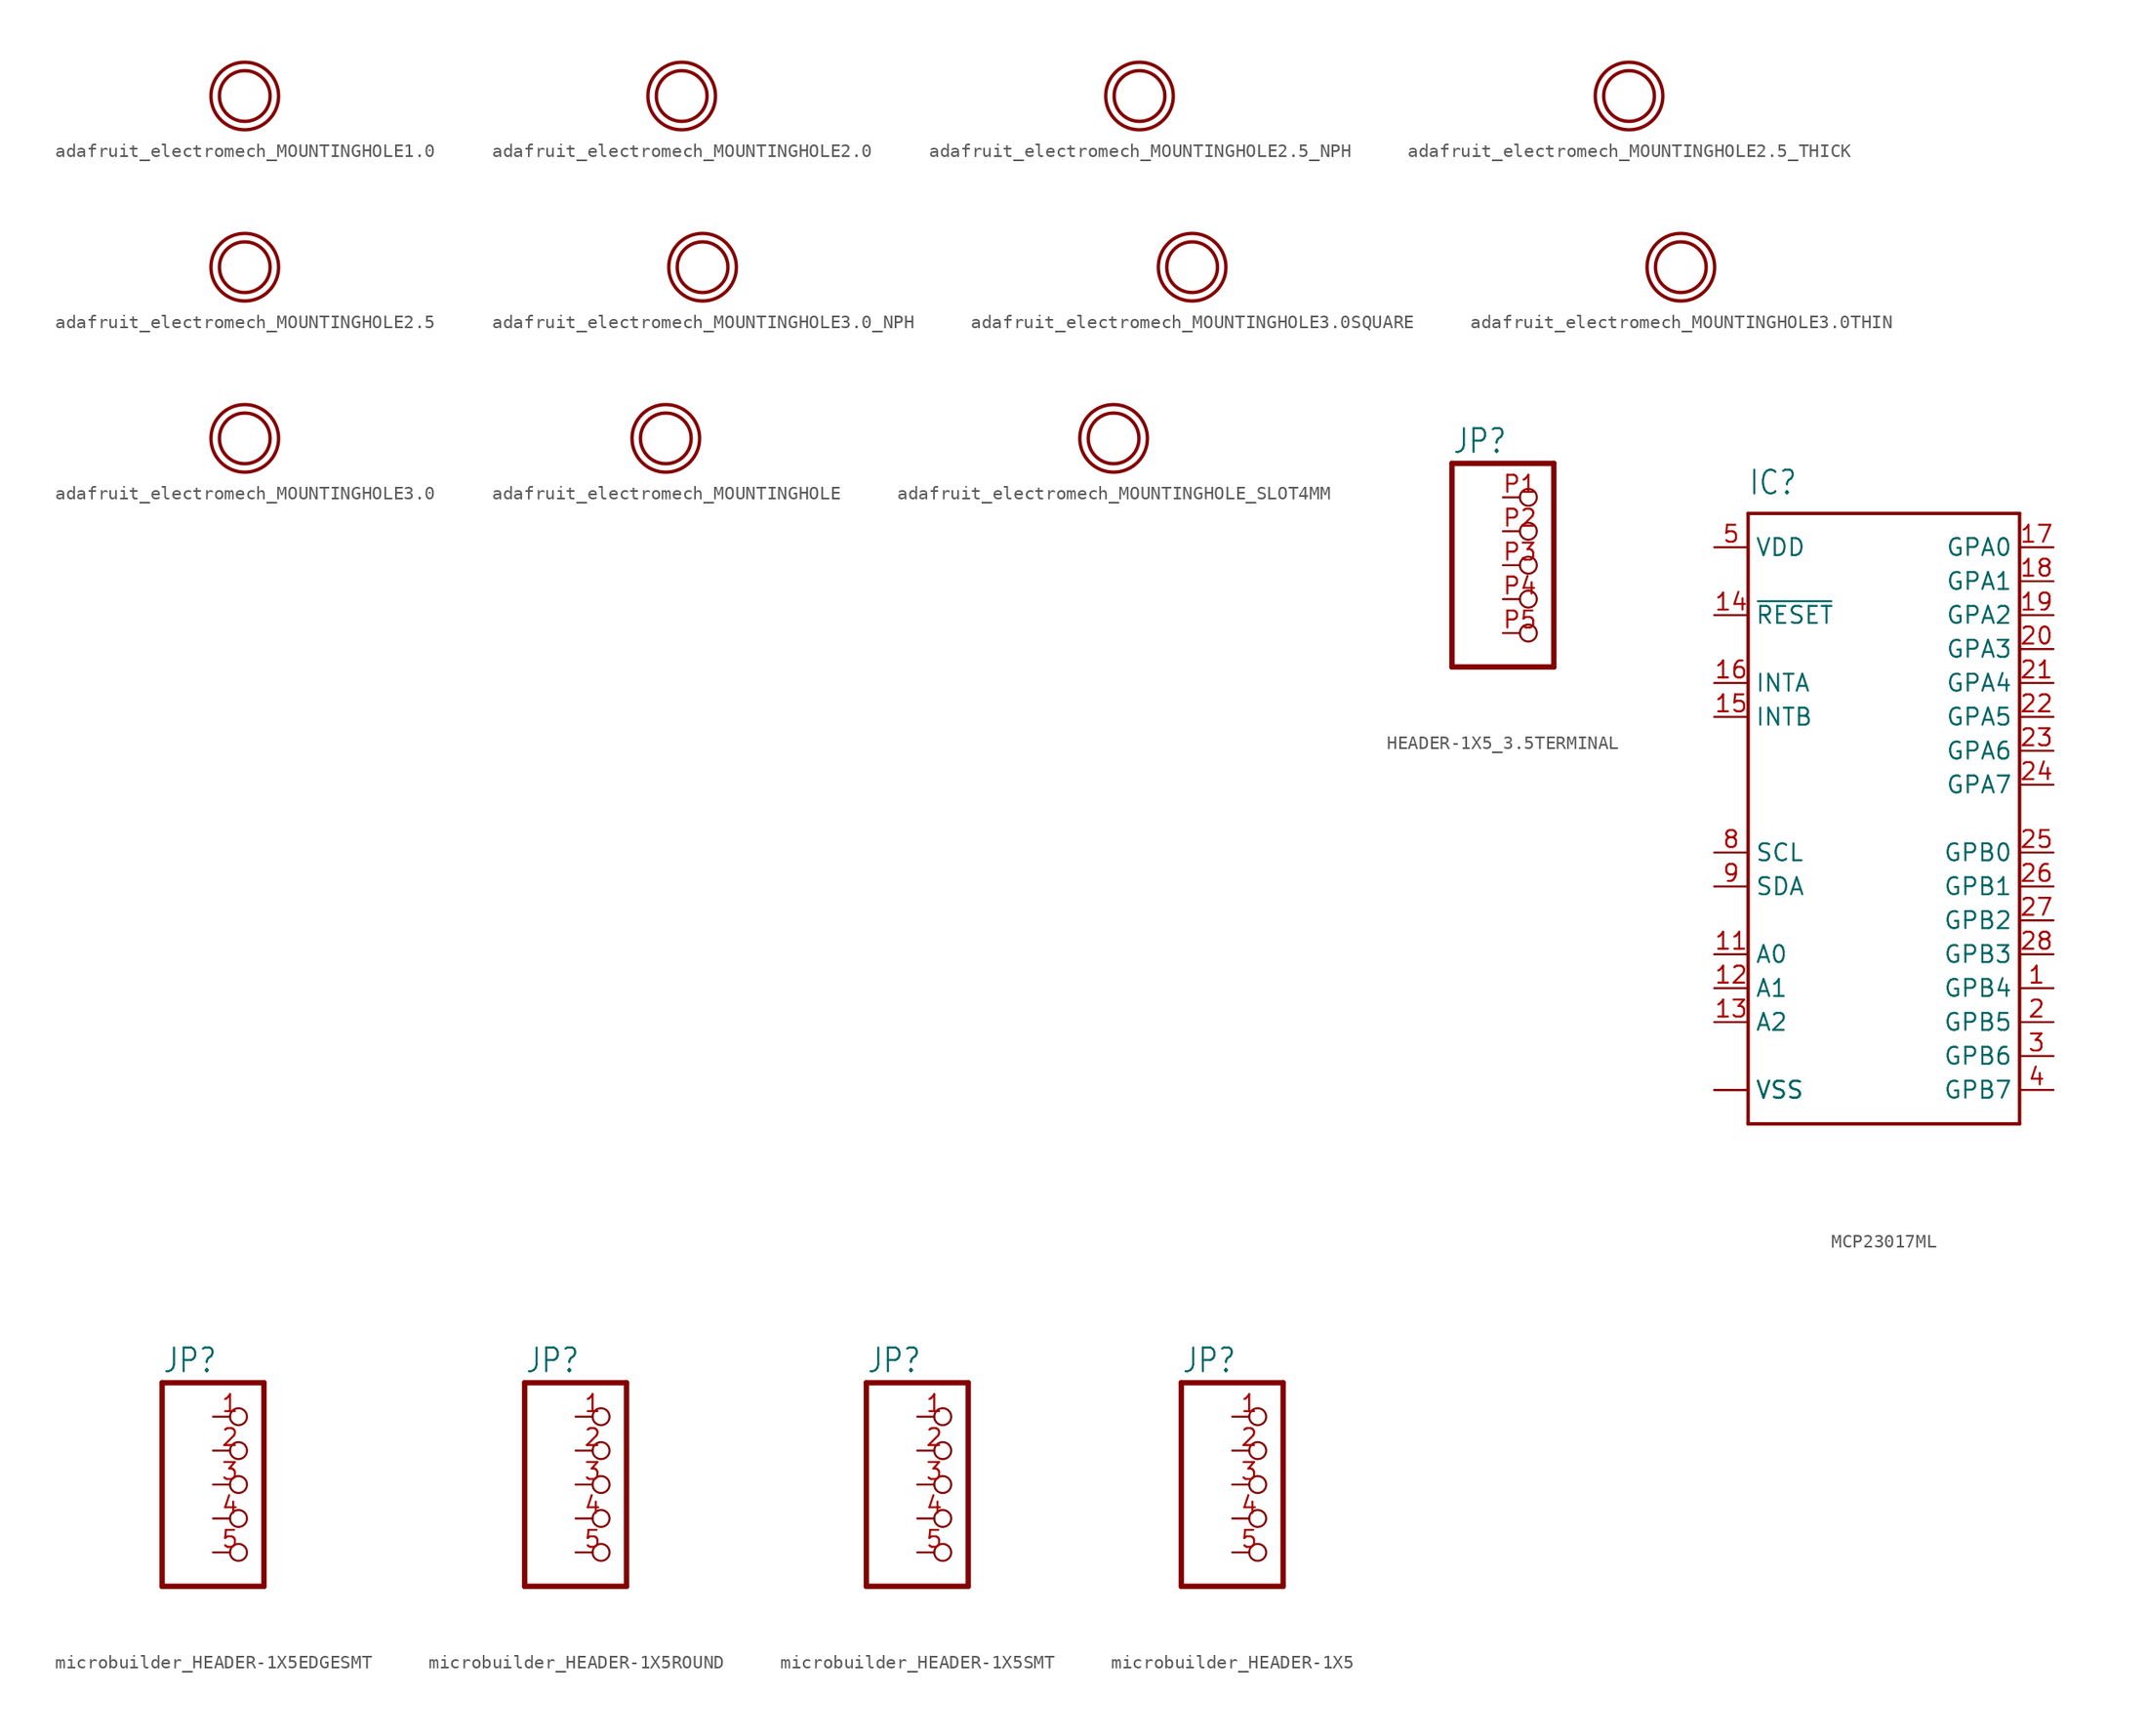
<source format=kicad_sym>
(kicad_symbol_lib
  (version 20220914)
  (generator kicad_symbol_editor)
  (symbol "adafruit_electromech_MOUNTINGHOLE1.0"
    (property "Reference" ""
      (at 0 0 0)
      (effects (font (size 1.27 1.27)) hide))
    (property "ki_locked" ""
      (at 0 0 0)
      (effects (font (size 1.27 1.27))))
    (symbol "adafruit_electromech_MOUNTINGHOLE1.0_1_0"
      (circle (center 0 0) (radius 1.905) (stroke (width 0.254) (type solid)) (fill (type none)))
      (circle (center 0 0) (radius 2.54) (stroke (width 0.254) (type solid)) (fill (type none)))))
  (symbol "adafruit_electromech_MOUNTINGHOLE2.0"
    (property "Reference" ""
      (at 0 0 0)
      (effects (font (size 1.27 1.27)) hide))
    (property "ki_locked" ""
      (at 0 0 0)
      (effects (font (size 1.27 1.27))))
    (symbol "adafruit_electromech_MOUNTINGHOLE2.0_1_0"
      (circle (center 0 0) (radius 1.905) (stroke (width 0.254) (type solid)) (fill (type none)))
      (circle (center 0 0) (radius 2.54) (stroke (width 0.254) (type solid)) (fill (type none)))))
  (symbol "adafruit_electromech_MOUNTINGHOLE2.5_NPH"
    (property "Reference" ""
      (at 0 0 0)
      (effects (font (size 1.27 1.27)) hide))
    (property "ki_locked" ""
      (at 0 0 0)
      (effects (font (size 1.27 1.27))))
    (symbol "adafruit_electromech_MOUNTINGHOLE2.5_NPH_1_0"
      (circle (center 0 0) (radius 1.905) (stroke (width 0.254) (type solid)) (fill (type none)))
      (circle (center 0 0) (radius 2.54) (stroke (width 0.254) (type solid)) (fill (type none)))))
  (symbol "adafruit_electromech_MOUNTINGHOLE2.5_THICK"
    (property "Reference" ""
      (at 0 0 0)
      (effects (font (size 1.27 1.27)) hide))
    (property "ki_locked" ""
      (at 0 0 0)
      (effects (font (size 1.27 1.27))))
    (symbol "adafruit_electromech_MOUNTINGHOLE2.5_THICK_1_0"
      (circle (center 0 0) (radius 1.905) (stroke (width 0.254) (type solid)) (fill (type none)))
      (circle (center 0 0) (radius 2.54) (stroke (width 0.254) (type solid)) (fill (type none)))))
  (symbol "adafruit_electromech_MOUNTINGHOLE2.5"
    (property "Reference" ""
      (at 0 0 0)
      (effects (font (size 1.27 1.27)) hide))
    (property "ki_locked" ""
      (at 0 0 0)
      (effects (font (size 1.27 1.27))))
    (symbol "adafruit_electromech_MOUNTINGHOLE2.5_1_0"
      (circle (center 0 0) (radius 1.905) (stroke (width 0.254) (type solid)) (fill (type none)))
      (circle (center 0 0) (radius 2.54) (stroke (width 0.254) (type solid)) (fill (type none)))))
  (symbol "adafruit_electromech_MOUNTINGHOLE3.0_NPH"
    (property "Reference" ""
      (at 0 0 0)
      (effects (font (size 1.27 1.27)) hide))
    (property "ki_locked" ""
      (at 0 0 0)
      (effects (font (size 1.27 1.27))))
    (symbol "adafruit_electromech_MOUNTINGHOLE3.0_NPH_1_0"
      (circle (center 0 0) (radius 1.905) (stroke (width 0.254) (type solid)) (fill (type none)))
      (circle (center 0 0) (radius 2.54) (stroke (width 0.254) (type solid)) (fill (type none)))))
  (symbol "adafruit_electromech_MOUNTINGHOLE3.0SQUARE"
    (property "Reference" ""
      (at 0 0 0)
      (effects (font (size 1.27 1.27)) hide))
    (property "ki_locked" ""
      (at 0 0 0)
      (effects (font (size 1.27 1.27))))
    (symbol "adafruit_electromech_MOUNTINGHOLE3.0SQUARE_1_0"
      (circle (center 0 0) (radius 1.905) (stroke (width 0.254) (type solid)) (fill (type none)))
      (circle (center 0 0) (radius 2.54) (stroke (width 0.254) (type solid)) (fill (type none)))))
  (symbol "adafruit_electromech_MOUNTINGHOLE3.0THIN"
    (property "Reference" ""
      (at 0 0 0)
      (effects (font (size 1.27 1.27)) hide))
    (property "ki_locked" ""
      (at 0 0 0)
      (effects (font (size 1.27 1.27))))
    (symbol "adafruit_electromech_MOUNTINGHOLE3.0THIN_1_0"
      (circle (center 0 0) (radius 1.905) (stroke (width 0.254) (type solid)) (fill (type none)))
      (circle (center 0 0) (radius 2.54) (stroke (width 0.254) (type solid)) (fill (type none)))))
  (symbol "adafruit_electromech_MOUNTINGHOLE3.0"
    (property "Reference" ""
      (at 0 0 0)
      (effects (font (size 1.27 1.27)) hide))
    (property "ki_locked" ""
      (at 0 0 0)
      (effects (font (size 1.27 1.27))))
    (symbol "adafruit_electromech_MOUNTINGHOLE3.0_1_0"
      (circle (center 0 0) (radius 1.905) (stroke (width 0.254) (type solid)) (fill (type none)))
      (circle (center 0 0) (radius 2.54) (stroke (width 0.254) (type solid)) (fill (type none)))))
  (symbol "adafruit_electromech_MOUNTINGHOLE"
    (property "Reference" ""
      (at 0 0 0)
      (effects (font (size 1.27 1.27)) hide))
    (property "ki_locked" ""
      (at 0 0 0)
      (effects (font (size 1.27 1.27))))
    (symbol "adafruit_electromech_MOUNTINGHOLE_1_0"
      (circle (center 0 0) (radius 1.905) (stroke (width 0.254) (type solid)) (fill (type none)))
      (circle (center 0 0) (radius 2.54) (stroke (width 0.254) (type solid)) (fill (type none)))))
  (symbol "adafruit_electromech_MOUNTINGHOLE_SLOT4MM"
    (property "Reference" ""
      (at 0 0 0)
      (effects (font (size 1.27 1.27)) hide))
    (property "ki_locked" ""
      (at 0 0 0)
      (effects (font (size 1.27 1.27))))
    (symbol "adafruit_electromech_MOUNTINGHOLE_SLOT4MM_1_0"
      (circle (center 0 0) (radius 1.905) (stroke (width 0.254) (type solid)) (fill (type none)))
      (circle (center 0 0) (radius 2.54) (stroke (width 0.254) (type solid)) (fill (type none)))))
  (symbol "HEADER-1X5_3.5TERMINAL"
    (property "Reference" "JP"
      (at -6.35 8.255 0)
      (effects (font (size 1.778 1.511)) (justify left bottom)))
    (property "Value" ""
      (at -6.35 -10.16 0)
      (effects (font (size 1.778 1.511)) (justify left bottom)))
    (property "ki_locked" ""
      (at 0 0 0)
      (effects (font (size 1.27 1.27))))
    (symbol "HEADER-1X5_3.5TERMINAL_1_0"
      (polyline (pts (xy -6.35 -7.62) (xy 1.27 -7.62)) (stroke (width 0.406) (type solid)) (fill (type none)))
      (polyline (pts (xy -6.35 7.62) (xy -6.35 -7.62)) (stroke (width 0.406) (type solid)) (fill (type none)))
      (polyline (pts (xy 1.27 -7.62) (xy 1.27 7.62)) (stroke (width 0.406) (type solid)) (fill (type none)))
      (polyline (pts (xy 1.27 7.62) (xy -6.35 7.62)) (stroke (width 0.406) (type solid)) (fill (type none)))
      (pin passive inverted (at -2.54 5.08 0) (length 2.54) (name "1" (effects (font (size 0 0)))) (number "P1" (effects (font (size 1.27 1.27)))))
      (pin passive inverted (at -2.54 2.54 0) (length 2.54) (name "2" (effects (font (size 0 0)))) (number "P2" (effects (font (size 1.27 1.27)))))
      (pin passive inverted (at -2.54 0 0) (length 2.54) (name "3" (effects (font (size 0 0)))) (number "P3" (effects (font (size 1.27 1.27)))))
      (pin passive inverted (at -2.54 -2.54 0) (length 2.54) (name "4" (effects (font (size 0 0)))) (number "P4" (effects (font (size 1.27 1.27)))))
      (pin passive inverted (at -2.54 -5.08 0) (length 2.54) (name "5" (effects (font (size 0 0)))) (number "P5" (effects (font (size 1.27 1.27)))))))
  (symbol "MCP23017ML"
    (property "Reference" "IC"
      (at -10.16 24.13 0)
      (effects (font (size 1.778 1.511)) (justify left bottom)))
    (property "Value" ""
      (at -10.16 -25.4 0)
      (effects (font (size 1.778 1.511)) (justify left bottom)))
    (property "ki_locked" ""
      (at 0 0 0)
      (effects (font (size 1.27 1.27))))
    (symbol "MCP23017ML_1_0"
      (polyline (pts (xy -10.16 -22.86) (xy -10.16 22.86)) (stroke (width 0.254) (type solid)) (fill (type none)))
      (polyline (pts (xy -10.16 22.86) (xy 10.16 22.86)) (stroke (width 0.254) (type solid)) (fill (type none)))
      (polyline (pts (xy 10.16 -22.86) (xy -10.16 -22.86)) (stroke (width 0.254) (type solid)) (fill (type none)))
      (polyline (pts (xy 10.16 22.86) (xy 10.16 -22.86)) (stroke (width 0.254) (type solid)) (fill (type none)))
      (pin bidirectional line (at 12.7 -12.7 180) (length 2.54) (name "GPB4" (effects (font (size 1.27 1.27)))) (number "1" (effects (font (size 1.27 1.27)))))
      (pin input line (at -12.7 -10.16 0) (length 2.54) (name "A0" (effects (font (size 1.27 1.27)))) (number "11" (effects (font (size 1.27 1.27)))))
      (pin input line (at -12.7 -12.7 0) (length 2.54) (name "A1" (effects (font (size 1.27 1.27)))) (number "12" (effects (font (size 1.27 1.27)))))
      (pin input line (at -12.7 -15.24 0) (length 2.54) (name "A2" (effects (font (size 1.27 1.27)))) (number "13" (effects (font (size 1.27 1.27)))))
      (pin input line (at -12.7 15.24 0) (length 2.54) (name "~{RESET}" (effects (font (size 1.27 1.27)))) (number "14" (effects (font (size 1.27 1.27)))))
      (pin output line (at -12.7 7.62 0) (length 2.54) (name "INTB" (effects (font (size 1.27 1.27)))) (number "15" (effects (font (size 1.27 1.27)))))
      (pin output line (at -12.7 10.16 0) (length 2.54) (name "INTA" (effects (font (size 1.27 1.27)))) (number "16" (effects (font (size 1.27 1.27)))))
      (pin bidirectional line (at 12.7 20.32 180) (length 2.54) (name "GPA0" (effects (font (size 1.27 1.27)))) (number "17" (effects (font (size 1.27 1.27)))))
      (pin bidirectional line (at 12.7 17.78 180) (length 2.54) (name "GPA1" (effects (font (size 1.27 1.27)))) (number "18" (effects (font (size 1.27 1.27)))))
      (pin bidirectional line (at 12.7 15.24 180) (length 2.54) (name "GPA2" (effects (font (size 1.27 1.27)))) (number "19" (effects (font (size 1.27 1.27)))))
      (pin bidirectional line (at 12.7 -15.24 180) (length 2.54) (name "GPB5" (effects (font (size 1.27 1.27)))) (number "2" (effects (font (size 1.27 1.27)))))
      (pin bidirectional line (at 12.7 12.7 180) (length 2.54) (name "GPA3" (effects (font (size 1.27 1.27)))) (number "20" (effects (font (size 1.27 1.27)))))
      (pin bidirectional line (at 12.7 10.16 180) (length 2.54) (name "GPA4" (effects (font (size 1.27 1.27)))) (number "21" (effects (font (size 1.27 1.27)))))
      (pin bidirectional line (at 12.7 7.62 180) (length 2.54) (name "GPA5" (effects (font (size 1.27 1.27)))) (number "22" (effects (font (size 1.27 1.27)))))
      (pin bidirectional line (at 12.7 5.08 180) (length 2.54) (name "GPA6" (effects (font (size 1.27 1.27)))) (number "23" (effects (font (size 1.27 1.27)))))
      (pin bidirectional line (at 12.7 2.54 180) (length 2.54) (name "GPA7" (effects (font (size 1.27 1.27)))) (number "24" (effects (font (size 1.27 1.27)))))
      (pin bidirectional line (at 12.7 -2.54 180) (length 2.54) (name "GPB0" (effects (font (size 1.27 1.27)))) (number "25" (effects (font (size 1.27 1.27)))))
      (pin bidirectional line (at 12.7 -5.08 180) (length 2.54) (name "GPB1" (effects (font (size 1.27 1.27)))) (number "26" (effects (font (size 1.27 1.27)))))
      (pin bidirectional line (at 12.7 -7.62 180) (length 2.54) (name "GPB2" (effects (font (size 1.27 1.27)))) (number "27" (effects (font (size 1.27 1.27)))))
      (pin bidirectional line (at 12.7 -10.16 180) (length 2.54) (name "GPB3" (effects (font (size 1.27 1.27)))) (number "28" (effects (font (size 1.27 1.27)))))
      (pin bidirectional line (at 12.7 -17.78 180) (length 2.54) (name "GPB6" (effects (font (size 1.27 1.27)))) (number "3" (effects (font (size 1.27 1.27)))))
      (pin bidirectional line (at 12.7 -20.32 180) (length 2.54) (name "GPB7" (effects (font (size 1.27 1.27)))) (number "4" (effects (font (size 1.27 1.27)))))
      (pin power_in line (at -12.7 20.32 0) (length 2.54) (name "VDD" (effects (font (size 1.27 1.27)))) (number "5" (effects (font (size 1.27 1.27)))))
      (pin power_in line (at -12.7 -20.32 0) (length 2.54) (name "VSS" (effects (font (size 1.27 1.27)))) (number "6" (effects (font (size 0 0)))))
      (pin input line (at -12.7 -2.54 0) (length 2.54) (name "SCL" (effects (font (size 1.27 1.27)))) (number "8" (effects (font (size 1.27 1.27)))))
      (pin bidirectional line (at -12.7 -5.08 0) (length 2.54) (name "SDA" (effects (font (size 1.27 1.27)))) (number "9" (effects (font (size 1.27 1.27)))))
      (pin power_in line (at -12.7 -20.32 0) (length 2.54) (name "VSS" (effects (font (size 1.27 1.27)))) (number "EXP" (effects (font (size 0 0)))))))
  (symbol "microbuilder_HEADER-1X5EDGESMT"
    (property "Reference" "JP"
      (at -6.35 8.255 0)
      (effects (font (size 1.778 1.511)) (justify left bottom)))
    (property "Value" ""
      (at -6.35 -10.16 0)
      (effects (font (size 1.778 1.511)) (justify left bottom)))
    (property "ki_locked" ""
      (at 0 0 0)
      (effects (font (size 1.27 1.27))))
    (symbol "microbuilder_HEADER-1X5EDGESMT_1_0"
      (polyline (pts (xy -6.35 -7.62) (xy 1.27 -7.62)) (stroke (width 0.406) (type solid)) (fill (type none)))
      (polyline (pts (xy -6.35 7.62) (xy -6.35 -7.62)) (stroke (width 0.406) (type solid)) (fill (type none)))
      (polyline (pts (xy 1.27 -7.62) (xy 1.27 7.62)) (stroke (width 0.406) (type solid)) (fill (type none)))
      (polyline (pts (xy 1.27 7.62) (xy -6.35 7.62)) (stroke (width 0.406) (type solid)) (fill (type none)))
      (pin passive inverted (at -2.54 5.08 0) (length 2.54) (name "1" (effects (font (size 0 0)))) (number "1" (effects (font (size 1.27 1.27)))))
      (pin passive inverted (at -2.54 2.54 0) (length 2.54) (name "2" (effects (font (size 0 0)))) (number "2" (effects (font (size 1.27 1.27)))))
      (pin passive inverted (at -2.54 0 0) (length 2.54) (name "3" (effects (font (size 0 0)))) (number "3" (effects (font (size 1.27 1.27)))))
      (pin passive inverted (at -2.54 -2.54 0) (length 2.54) (name "4" (effects (font (size 0 0)))) (number "4" (effects (font (size 1.27 1.27)))))
      (pin passive inverted (at -2.54 -5.08 0) (length 2.54) (name "5" (effects (font (size 0 0)))) (number "5" (effects (font (size 1.27 1.27)))))))
  (symbol "microbuilder_HEADER-1X5ROUND"
    (property "Reference" "JP"
      (at -6.35 8.255 0)
      (effects (font (size 1.778 1.511)) (justify left bottom)))
    (property "Value" ""
      (at -6.35 -10.16 0)
      (effects (font (size 1.778 1.511)) (justify left bottom)))
    (property "ki_locked" ""
      (at 0 0 0)
      (effects (font (size 1.27 1.27))))
    (symbol "microbuilder_HEADER-1X5ROUND_1_0"
      (polyline (pts (xy -6.35 -7.62) (xy 1.27 -7.62)) (stroke (width 0.406) (type solid)) (fill (type none)))
      (polyline (pts (xy -6.35 7.62) (xy -6.35 -7.62)) (stroke (width 0.406) (type solid)) (fill (type none)))
      (polyline (pts (xy 1.27 -7.62) (xy 1.27 7.62)) (stroke (width 0.406) (type solid)) (fill (type none)))
      (polyline (pts (xy 1.27 7.62) (xy -6.35 7.62)) (stroke (width 0.406) (type solid)) (fill (type none)))
      (pin passive inverted (at -2.54 5.08 0) (length 2.54) (name "1" (effects (font (size 0 0)))) (number "1" (effects (font (size 1.27 1.27)))))
      (pin passive inverted (at -2.54 2.54 0) (length 2.54) (name "2" (effects (font (size 0 0)))) (number "2" (effects (font (size 1.27 1.27)))))
      (pin passive inverted (at -2.54 0 0) (length 2.54) (name "3" (effects (font (size 0 0)))) (number "3" (effects (font (size 1.27 1.27)))))
      (pin passive inverted (at -2.54 -2.54 0) (length 2.54) (name "4" (effects (font (size 0 0)))) (number "4" (effects (font (size 1.27 1.27)))))
      (pin passive inverted (at -2.54 -5.08 0) (length 2.54) (name "5" (effects (font (size 0 0)))) (number "5" (effects (font (size 1.27 1.27)))))))
  (symbol "microbuilder_HEADER-1X5SMT"
    (property "Reference" "JP"
      (at -6.35 8.255 0)
      (effects (font (size 1.778 1.511)) (justify left bottom)))
    (property "Value" ""
      (at -6.35 -10.16 0)
      (effects (font (size 1.778 1.511)) (justify left bottom)))
    (property "ki_locked" ""
      (at 0 0 0)
      (effects (font (size 1.27 1.27))))
    (symbol "microbuilder_HEADER-1X5SMT_1_0"
      (polyline (pts (xy -6.35 -7.62) (xy 1.27 -7.62)) (stroke (width 0.406) (type solid)) (fill (type none)))
      (polyline (pts (xy -6.35 7.62) (xy -6.35 -7.62)) (stroke (width 0.406) (type solid)) (fill (type none)))
      (polyline (pts (xy 1.27 -7.62) (xy 1.27 7.62)) (stroke (width 0.406) (type solid)) (fill (type none)))
      (polyline (pts (xy 1.27 7.62) (xy -6.35 7.62)) (stroke (width 0.406) (type solid)) (fill (type none)))
      (pin passive inverted (at -2.54 5.08 0) (length 2.54) (name "1" (effects (font (size 0 0)))) (number "1" (effects (font (size 1.27 1.27)))))
      (pin passive inverted (at -2.54 2.54 0) (length 2.54) (name "2" (effects (font (size 0 0)))) (number "2" (effects (font (size 1.27 1.27)))))
      (pin passive inverted (at -2.54 0 0) (length 2.54) (name "3" (effects (font (size 0 0)))) (number "3" (effects (font (size 1.27 1.27)))))
      (pin passive inverted (at -2.54 -2.54 0) (length 2.54) (name "4" (effects (font (size 0 0)))) (number "4" (effects (font (size 1.27 1.27)))))
      (pin passive inverted (at -2.54 -5.08 0) (length 2.54) (name "5" (effects (font (size 0 0)))) (number "5" (effects (font (size 1.27 1.27)))))))
  (symbol "microbuilder_HEADER-1X5"
    (property "Reference" "JP"
      (at -6.35 8.255 0)
      (effects (font (size 1.778 1.511)) (justify left bottom)))
    (property "Value" ""
      (at -6.35 -10.16 0)
      (effects (font (size 1.778 1.511)) (justify left bottom)))
    (property "ki_locked" ""
      (at 0 0 0)
      (effects (font (size 1.27 1.27))))
    (symbol "microbuilder_HEADER-1X5_1_0"
      (polyline (pts (xy -6.35 -7.62) (xy 1.27 -7.62)) (stroke (width 0.406) (type solid)) (fill (type none)))
      (polyline (pts (xy -6.35 7.62) (xy -6.35 -7.62)) (stroke (width 0.406) (type solid)) (fill (type none)))
      (polyline (pts (xy 1.27 -7.62) (xy 1.27 7.62)) (stroke (width 0.406) (type solid)) (fill (type none)))
      (polyline (pts (xy 1.27 7.62) (xy -6.35 7.62)) (stroke (width 0.406) (type solid)) (fill (type none)))
      (pin passive inverted (at -2.54 5.08 0) (length 2.54) (name "1" (effects (font (size 0 0)))) (number "1" (effects (font (size 1.27 1.27)))))
      (pin passive inverted (at -2.54 2.54 0) (length 2.54) (name "2" (effects (font (size 0 0)))) (number "2" (effects (font (size 1.27 1.27)))))
      (pin passive inverted (at -2.54 0 0) (length 2.54) (name "3" (effects (font (size 0 0)))) (number "3" (effects (font (size 1.27 1.27)))))
      (pin passive inverted (at -2.54 -2.54 0) (length 2.54) (name "4" (effects (font (size 0 0)))) (number "4" (effects (font (size 1.27 1.27)))))
      (pin passive inverted (at -2.54 -5.08 0) (length 2.54) (name "5" (effects (font (size 0 0)))) (number "5" (effects (font (size 1.27 1.27))))))))
</source>
